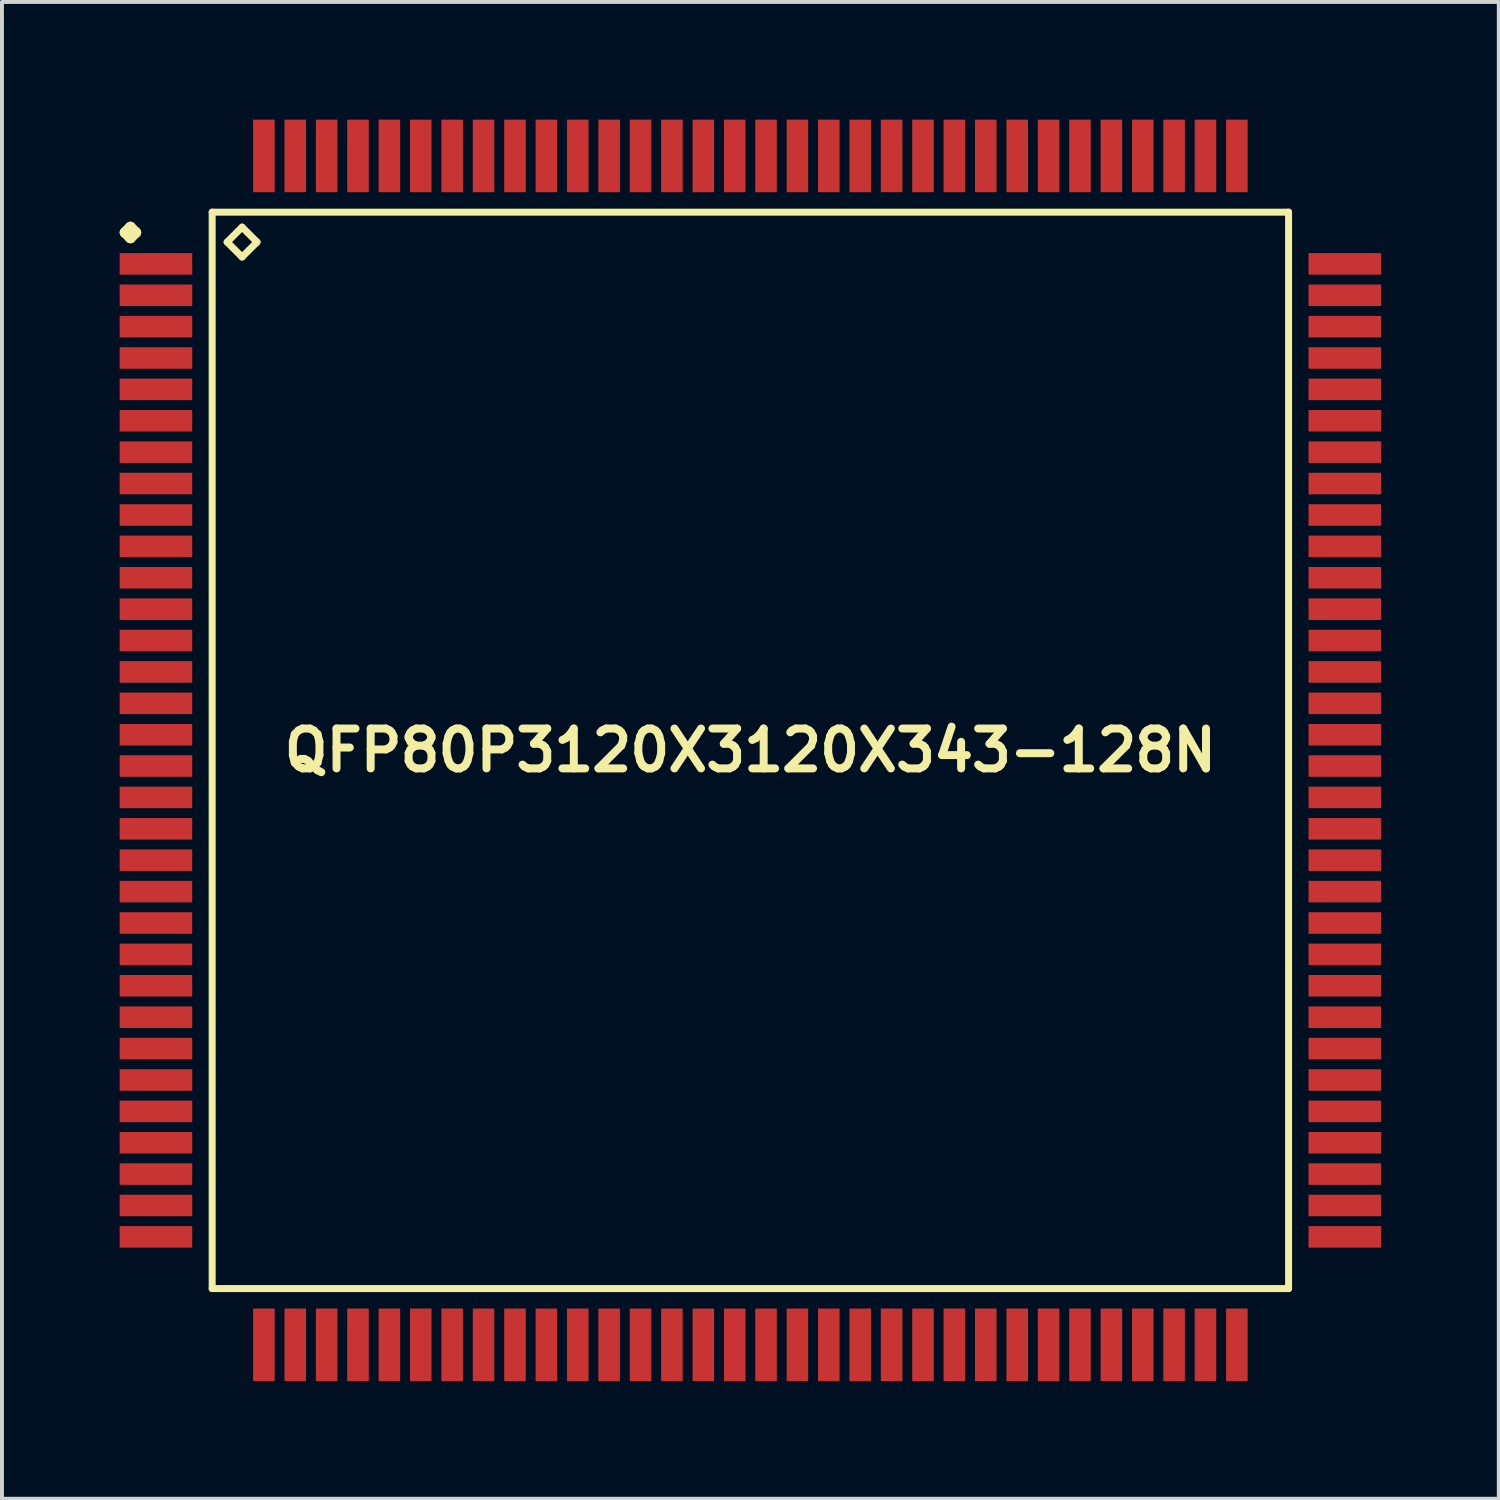
<source format=kicad_pcb>
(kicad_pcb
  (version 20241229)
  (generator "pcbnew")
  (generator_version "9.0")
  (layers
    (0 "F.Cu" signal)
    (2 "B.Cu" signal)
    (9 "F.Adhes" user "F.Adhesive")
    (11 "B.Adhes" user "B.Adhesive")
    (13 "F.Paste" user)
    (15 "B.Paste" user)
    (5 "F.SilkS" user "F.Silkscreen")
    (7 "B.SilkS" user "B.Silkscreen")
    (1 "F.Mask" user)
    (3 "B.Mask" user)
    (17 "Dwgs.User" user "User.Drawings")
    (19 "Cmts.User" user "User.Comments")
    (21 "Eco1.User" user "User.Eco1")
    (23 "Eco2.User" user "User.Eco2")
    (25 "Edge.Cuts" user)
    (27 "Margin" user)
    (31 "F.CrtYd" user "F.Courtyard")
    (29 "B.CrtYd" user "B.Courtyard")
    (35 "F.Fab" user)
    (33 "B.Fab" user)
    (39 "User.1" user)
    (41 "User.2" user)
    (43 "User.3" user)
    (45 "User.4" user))
  (footprint "QFP80P3120X3120X343-128N"
    (layer "F.Cu")
    (at 16.073 16.073)
    (property "Reference" "QFP80P3120X3120X343-128N" (at 0 0 0) (layer "F.SilkS") (effects (font (size 1.016 1.016) (thickness 0.203))))
    (attr smd)
    (fp_line (start -15.936 -13.198) (end -15.799 -13.335) (stroke (width 0.274) (type solid)) (layer "F.SilkS"))
    (fp_line (start -15.799 -13.335) (end -15.662 -13.198) (stroke (width 0.274) (type solid)) (layer "F.SilkS"))
    (fp_line (start -15.799 -13.061) (end -15.936 -13.198) (stroke (width 0.274) (type solid)) (layer "F.SilkS"))
    (fp_line (start -15.662 -13.198) (end -15.799 -13.061) (stroke (width 0.274) (type solid)) (layer "F.SilkS"))
    (fp_line (start -13.716 -13.716) (end -13.716 13.716) (stroke (width 0.178) (type solid)) (layer "F.SilkS"))
    (fp_line (start -13.716 13.716) (end 13.716 13.716) (stroke (width 0.178) (type solid)) (layer "F.SilkS"))
    (fp_line (start -13.335 -12.954) (end -12.954 -13.335) (stroke (width 0.178) (type solid)) (layer "F.SilkS"))
    (fp_line (start -12.954 -13.335) (end -12.573 -12.954) (stroke (width 0.178) (type solid)) (layer "F.SilkS"))
    (fp_line (start -12.954 -12.573) (end -13.335 -12.954) (stroke (width 0.178) (type solid)) (layer "F.SilkS"))
    (fp_line (start -12.573 -12.954) (end -12.954 -12.573) (stroke (width 0.178) (type solid)) (layer "F.SilkS"))
    (fp_line (start 13.716 -13.716) (end -13.716 -13.716) (stroke (width 0.178) (type solid)) (layer "F.SilkS"))
    (fp_line (start 13.716 13.716) (end 13.716 -13.716) (stroke (width 0.178) (type solid)) (layer "F.SilkS"))
    (pad "1" smd rect (at -15.149 -12.398) (size 1.849 0.549) (layers "F.Cu" "F.Mask" "F.Paste"))
    (pad "2" smd rect (at -15.149 -11.598) (size 1.849 0.549) (layers "F.Cu" "F.Mask" "F.Paste"))
    (pad "3" smd rect (at -15.149 -10.798) (size 1.849 0.549) (layers "F.Cu" "F.Mask" "F.Paste"))
    (pad "4" smd rect (at -15.149 -10) (size 1.849 0.549) (layers "F.Cu" "F.Mask" "F.Paste"))
    (pad "5" smd rect (at -15.149 -9.2) (size 1.849 0.549) (layers "F.Cu" "F.Mask" "F.Paste"))
    (pad "6" smd rect (at -15.149 -8.4) (size 1.849 0.549) (layers "F.Cu" "F.Mask" "F.Paste"))
    (pad "7" smd rect (at -15.149 -7.6) (size 1.849 0.549) (layers "F.Cu" "F.Mask" "F.Paste"))
    (pad "8" smd rect (at -15.149 -6.8) (size 1.849 0.549) (layers "F.Cu" "F.Mask" "F.Paste"))
    (pad "9" smd rect (at -15.149 -5.999) (size 1.849 0.549) (layers "F.Cu" "F.Mask" "F.Paste"))
    (pad "10" smd rect (at -15.149 -5.199) (size 1.849 0.549) (layers "F.Cu" "F.Mask" "F.Paste"))
    (pad "11" smd rect (at -15.149 -4.399) (size 1.849 0.549) (layers "F.Cu" "F.Mask" "F.Paste"))
    (pad "12" smd rect (at -15.149 -3.599) (size 1.849 0.549) (layers "F.Cu" "F.Mask" "F.Paste"))
    (pad "13" smd rect (at -15.149 -2.799) (size 1.849 0.549) (layers "F.Cu" "F.Mask" "F.Paste"))
    (pad "14" smd rect (at -15.149 -1.999) (size 1.849 0.549) (layers "F.Cu" "F.Mask" "F.Paste"))
    (pad "15" smd rect (at -15.149 -1.199) (size 1.849 0.549) (layers "F.Cu" "F.Mask" "F.Paste"))
    (pad "16" smd rect (at -15.149 -0.399) (size 1.849 0.549) (layers "F.Cu" "F.Mask" "F.Paste"))
    (pad "17" smd rect (at -15.149 0.399) (size 1.849 0.549) (layers "F.Cu" "F.Mask" "F.Paste"))
    (pad "18" smd rect (at -15.149 1.199) (size 1.849 0.549) (layers "F.Cu" "F.Mask" "F.Paste"))
    (pad "19" smd rect (at -15.149 1.999) (size 1.849 0.549) (layers "F.Cu" "F.Mask" "F.Paste"))
    (pad "20" smd rect (at -15.149 2.799) (size 1.849 0.549) (layers "F.Cu" "F.Mask" "F.Paste"))
    (pad "21" smd rect (at -15.149 3.599) (size 1.849 0.549) (layers "F.Cu" "F.Mask" "F.Paste"))
    (pad "22" smd rect (at -15.149 4.399) (size 1.849 0.549) (layers "F.Cu" "F.Mask" "F.Paste"))
    (pad "23" smd rect (at -15.149 5.199) (size 1.849 0.549) (layers "F.Cu" "F.Mask" "F.Paste"))
    (pad "24" smd rect (at -15.149 5.999) (size 1.849 0.549) (layers "F.Cu" "F.Mask" "F.Paste"))
    (pad "25" smd rect (at -15.149 6.8) (size 1.849 0.549) (layers "F.Cu" "F.Mask" "F.Paste"))
    (pad "26" smd rect (at -15.149 7.6) (size 1.849 0.549) (layers "F.Cu" "F.Mask" "F.Paste"))
    (pad "27" smd rect (at -15.149 8.4) (size 1.849 0.549) (layers "F.Cu" "F.Mask" "F.Paste"))
    (pad "28" smd rect (at -15.149 9.2) (size 1.849 0.549) (layers "F.Cu" "F.Mask" "F.Paste"))
    (pad "29" smd rect (at -15.149 10) (size 1.849 0.549) (layers "F.Cu" "F.Mask" "F.Paste"))
    (pad "30" smd rect (at -15.149 10.798) (size 1.849 0.549) (layers "F.Cu" "F.Mask" "F.Paste"))
    (pad "31" smd rect (at -15.149 11.598) (size 1.849 0.549) (layers "F.Cu" "F.Mask" "F.Paste"))
    (pad "32" smd rect (at -15.149 12.398) (size 1.849 0.549) (layers "F.Cu" "F.Mask" "F.Paste"))
    (pad "33" smd rect (at -12.398 15.149) (size 0.549 1.849) (layers "F.Cu" "F.Mask" "F.Paste"))
    (pad "34" smd rect (at -11.598 15.149) (size 0.549 1.849) (layers "F.Cu" "F.Mask" "F.Paste"))
    (pad "35" smd rect (at -10.798 15.149) (size 0.549 1.849) (layers "F.Cu" "F.Mask" "F.Paste"))
    (pad "36" smd rect (at -10 15.149) (size 0.549 1.849) (layers "F.Cu" "F.Mask" "F.Paste"))
    (pad "37" smd rect (at -9.2 15.149) (size 0.549 1.849) (layers "F.Cu" "F.Mask" "F.Paste"))
    (pad "38" smd rect (at -8.4 15.149) (size 0.549 1.849) (layers "F.Cu" "F.Mask" "F.Paste"))
    (pad "39" smd rect (at -7.6 15.149) (size 0.549 1.849) (layers "F.Cu" "F.Mask" "F.Paste"))
    (pad "40" smd rect (at -6.8 15.149) (size 0.549 1.849) (layers "F.Cu" "F.Mask" "F.Paste"))
    (pad "41" smd rect (at -5.999 15.149) (size 0.549 1.849) (layers "F.Cu" "F.Mask" "F.Paste"))
    (pad "42" smd rect (at -5.199 15.149) (size 0.549 1.849) (layers "F.Cu" "F.Mask" "F.Paste"))
    (pad "43" smd rect (at -4.399 15.149) (size 0.549 1.849) (layers "F.Cu" "F.Mask" "F.Paste"))
    (pad "44" smd rect (at -3.599 15.149) (size 0.549 1.849) (layers "F.Cu" "F.Mask" "F.Paste"))
    (pad "45" smd rect (at -2.799 15.149) (size 0.549 1.849) (layers "F.Cu" "F.Mask" "F.Paste"))
    (pad "46" smd rect (at -1.999 15.149) (size 0.549 1.849) (layers "F.Cu" "F.Mask" "F.Paste"))
    (pad "47" smd rect (at -1.199 15.149) (size 0.549 1.849) (layers "F.Cu" "F.Mask" "F.Paste"))
    (pad "48" smd rect (at -0.399 15.149) (size 0.549 1.849) (layers "F.Cu" "F.Mask" "F.Paste"))
    (pad "49" smd rect (at 0.399 15.149) (size 0.549 1.849) (layers "F.Cu" "F.Mask" "F.Paste"))
    (pad "50" smd rect (at 1.199 15.149) (size 0.549 1.849) (layers "F.Cu" "F.Mask" "F.Paste"))
    (pad "51" smd rect (at 1.999 15.149) (size 0.549 1.849) (layers "F.Cu" "F.Mask" "F.Paste"))
    (pad "52" smd rect (at 2.799 15.149) (size 0.549 1.849) (layers "F.Cu" "F.Mask" "F.Paste"))
    (pad "53" smd rect (at 3.599 15.149) (size 0.549 1.849) (layers "F.Cu" "F.Mask" "F.Paste"))
    (pad "54" smd rect (at 4.399 15.149) (size 0.549 1.849) (layers "F.Cu" "F.Mask" "F.Paste"))
    (pad "55" smd rect (at 5.199 15.149) (size 0.549 1.849) (layers "F.Cu" "F.Mask" "F.Paste"))
    (pad "56" smd rect (at 5.999 15.149) (size 0.549 1.849) (layers "F.Cu" "F.Mask" "F.Paste"))
    (pad "57" smd rect (at 6.8 15.149) (size 0.549 1.849) (layers "F.Cu" "F.Mask" "F.Paste"))
    (pad "58" smd rect (at 7.6 15.149) (size 0.549 1.849) (layers "F.Cu" "F.Mask" "F.Paste"))
    (pad "59" smd rect (at 8.4 15.149) (size 0.549 1.849) (layers "F.Cu" "F.Mask" "F.Paste"))
    (pad "60" smd rect (at 9.2 15.149) (size 0.549 1.849) (layers "F.Cu" "F.Mask" "F.Paste"))
    (pad "61" smd rect (at 10 15.149) (size 0.549 1.849) (layers "F.Cu" "F.Mask" "F.Paste"))
    (pad "62" smd rect (at 10.798 15.149) (size 0.549 1.849) (layers "F.Cu" "F.Mask" "F.Paste"))
    (pad "63" smd rect (at 11.598 15.149) (size 0.549 1.849) (layers "F.Cu" "F.Mask" "F.Paste"))
    (pad "64" smd rect (at 12.398 15.149) (size 0.549 1.849) (layers "F.Cu" "F.Mask" "F.Paste"))
    (pad "65" smd rect (at 15.149 12.398) (size 1.849 0.549) (layers "F.Cu" "F.Mask" "F.Paste"))
    (pad "66" smd rect (at 15.149 11.598) (size 1.849 0.549) (layers "F.Cu" "F.Mask" "F.Paste"))
    (pad "67" smd rect (at 15.149 10.798) (size 1.849 0.549) (layers "F.Cu" "F.Mask" "F.Paste"))
    (pad "68" smd rect (at 15.149 10) (size 1.849 0.549) (layers "F.Cu" "F.Mask" "F.Paste"))
    (pad "69" smd rect (at 15.149 9.2) (size 1.849 0.549) (layers "F.Cu" "F.Mask" "F.Paste"))
    (pad "70" smd rect (at 15.149 8.4) (size 1.849 0.549) (layers "F.Cu" "F.Mask" "F.Paste"))
    (pad "71" smd rect (at 15.149 7.6) (size 1.849 0.549) (layers "F.Cu" "F.Mask" "F.Paste"))
    (pad "72" smd rect (at 15.149 6.8) (size 1.849 0.549) (layers "F.Cu" "F.Mask" "F.Paste"))
    (pad "73" smd rect (at 15.149 5.999) (size 1.849 0.549) (layers "F.Cu" "F.Mask" "F.Paste"))
    (pad "74" smd rect (at 15.149 5.199) (size 1.849 0.549) (layers "F.Cu" "F.Mask" "F.Paste"))
    (pad "75" smd rect (at 15.149 4.399) (size 1.849 0.549) (layers "F.Cu" "F.Mask" "F.Paste"))
    (pad "76" smd rect (at 15.149 3.599) (size 1.849 0.549) (layers "F.Cu" "F.Mask" "F.Paste"))
    (pad "77" smd rect (at 15.149 2.799) (size 1.849 0.549) (layers "F.Cu" "F.Mask" "F.Paste"))
    (pad "78" smd rect (at 15.149 1.999) (size 1.849 0.549) (layers "F.Cu" "F.Mask" "F.Paste"))
    (pad "79" smd rect (at 15.149 1.199) (size 1.849 0.549) (layers "F.Cu" "F.Mask" "F.Paste"))
    (pad "80" smd rect (at 15.149 0.399) (size 1.849 0.549) (layers "F.Cu" "F.Mask" "F.Paste"))
    (pad "81" smd rect (at 15.149 -0.399) (size 1.849 0.549) (layers "F.Cu" "F.Mask" "F.Paste"))
    (pad "82" smd rect (at 15.149 -1.199) (size 1.849 0.549) (layers "F.Cu" "F.Mask" "F.Paste"))
    (pad "83" smd rect (at 15.149 -1.999) (size 1.849 0.549) (layers "F.Cu" "F.Mask" "F.Paste"))
    (pad "84" smd rect (at 15.149 -2.799) (size 1.849 0.549) (layers "F.Cu" "F.Mask" "F.Paste"))
    (pad "85" smd rect (at 15.149 -3.599) (size 1.849 0.549) (layers "F.Cu" "F.Mask" "F.Paste"))
    (pad "86" smd rect (at 15.149 -4.399) (size 1.849 0.549) (layers "F.Cu" "F.Mask" "F.Paste"))
    (pad "87" smd rect (at 15.149 -5.199) (size 1.849 0.549) (layers "F.Cu" "F.Mask" "F.Paste"))
    (pad "88" smd rect (at 15.149 -5.999) (size 1.849 0.549) (layers "F.Cu" "F.Mask" "F.Paste"))
    (pad "89" smd rect (at 15.149 -6.8) (size 1.849 0.549) (layers "F.Cu" "F.Mask" "F.Paste"))
    (pad "90" smd rect (at 15.149 -7.6) (size 1.849 0.549) (layers "F.Cu" "F.Mask" "F.Paste"))
    (pad "91" smd rect (at 15.149 -8.4) (size 1.849 0.549) (layers "F.Cu" "F.Mask" "F.Paste"))
    (pad "92" smd rect (at 15.149 -9.2) (size 1.849 0.549) (layers "F.Cu" "F.Mask" "F.Paste"))
    (pad "93" smd rect (at 15.149 -10) (size 1.849 0.549) (layers "F.Cu" "F.Mask" "F.Paste"))
    (pad "94" smd rect (at 15.149 -10.798) (size 1.849 0.549) (layers "F.Cu" "F.Mask" "F.Paste"))
    (pad "95" smd rect (at 15.149 -11.598) (size 1.849 0.549) (layers "F.Cu" "F.Mask" "F.Paste"))
    (pad "96" smd rect (at 15.149 -12.398) (size 1.849 0.549) (layers "F.Cu" "F.Mask" "F.Paste"))
    (pad "97" smd rect (at 12.398 -15.149) (size 0.549 1.849) (layers "F.Cu" "F.Mask" "F.Paste"))
    (pad "98" smd rect (at 11.598 -15.149) (size 0.549 1.849) (layers "F.Cu" "F.Mask" "F.Paste"))
    (pad "99" smd rect (at 10.798 -15.149) (size 0.549 1.849) (layers "F.Cu" "F.Mask" "F.Paste"))
    (pad "100" smd rect (at 10 -15.149) (size 0.549 1.849) (layers "F.Cu" "F.Mask" "F.Paste"))
    (pad "101" smd rect (at 9.2 -15.149) (size 0.549 1.849) (layers "F.Cu" "F.Mask" "F.Paste"))
    (pad "102" smd rect (at 8.4 -15.149) (size 0.549 1.849) (layers "F.Cu" "F.Mask" "F.Paste"))
    (pad "103" smd rect (at 7.6 -15.149) (size 0.549 1.849) (layers "F.Cu" "F.Mask" "F.Paste"))
    (pad "104" smd rect (at 6.8 -15.149) (size 0.549 1.849) (layers "F.Cu" "F.Mask" "F.Paste"))
    (pad "105" smd rect (at 5.999 -15.149) (size 0.549 1.849) (layers "F.Cu" "F.Mask" "F.Paste"))
    (pad "106" smd rect (at 5.199 -15.149) (size 0.549 1.849) (layers "F.Cu" "F.Mask" "F.Paste"))
    (pad "107" smd rect (at 4.399 -15.149) (size 0.549 1.849) (layers "F.Cu" "F.Mask" "F.Paste"))
    (pad "108" smd rect (at 3.599 -15.149) (size 0.549 1.849) (layers "F.Cu" "F.Mask" "F.Paste"))
    (pad "109" smd rect (at 2.799 -15.149) (size 0.549 1.849) (layers "F.Cu" "F.Mask" "F.Paste"))
    (pad "110" smd rect (at 1.999 -15.149) (size 0.549 1.849) (layers "F.Cu" "F.Mask" "F.Paste"))
    (pad "111" smd rect (at 1.199 -15.149) (size 0.549 1.849) (layers "F.Cu" "F.Mask" "F.Paste"))
    (pad "112" smd rect (at 0.399 -15.149) (size 0.549 1.849) (layers "F.Cu" "F.Mask" "F.Paste"))
    (pad "113" smd rect (at -0.399 -15.149) (size 0.549 1.849) (layers "F.Cu" "F.Mask" "F.Paste"))
    (pad "114" smd rect (at -1.199 -15.149) (size 0.549 1.849) (layers "F.Cu" "F.Mask" "F.Paste"))
    (pad "115" smd rect (at -1.999 -15.149) (size 0.549 1.849) (layers "F.Cu" "F.Mask" "F.Paste"))
    (pad "116" smd rect (at -2.799 -15.149) (size 0.549 1.849) (layers "F.Cu" "F.Mask" "F.Paste"))
    (pad "117" smd rect (at -3.599 -15.149) (size 0.549 1.849) (layers "F.Cu" "F.Mask" "F.Paste"))
    (pad "118" smd rect (at -4.399 -15.149) (size 0.549 1.849) (layers "F.Cu" "F.Mask" "F.Paste"))
    (pad "119" smd rect (at -5.199 -15.149) (size 0.549 1.849) (layers "F.Cu" "F.Mask" "F.Paste"))
    (pad "120" smd rect (at -5.999 -15.149) (size 0.549 1.849) (layers "F.Cu" "F.Mask" "F.Paste"))
    (pad "121" smd rect (at -6.8 -15.149) (size 0.549 1.849) (layers "F.Cu" "F.Mask" "F.Paste"))
    (pad "122" smd rect (at -7.6 -15.149) (size 0.549 1.849) (layers "F.Cu" "F.Mask" "F.Paste"))
    (pad "123" smd rect (at -8.4 -15.149) (size 0.549 1.849) (layers "F.Cu" "F.Mask" "F.Paste"))
    (pad "124" smd rect (at -9.2 -15.149) (size 0.549 1.849) (layers "F.Cu" "F.Mask" "F.Paste"))
    (pad "125" smd rect (at -10 -15.149) (size 0.549 1.849) (layers "F.Cu" "F.Mask" "F.Paste"))
    (pad "126" smd rect (at -10.798 -15.149) (size 0.549 1.849) (layers "F.Cu" "F.Mask" "F.Paste"))
    (pad "127" smd rect (at -11.598 -15.149) (size 0.549 1.849) (layers "F.Cu" "F.Mask" "F.Paste"))
    (pad "128" smd rect (at -12.398 -15.149) (size 0.549 1.849) (layers "F.Cu" "F.Mask" "F.Paste")))
  (gr_rect
    (start -3 -3)
    (end 35.146 35.146)
    (stroke (width 0.1) (type default))
    (fill no)
    (layer "Edge.Cuts")))
</source>
